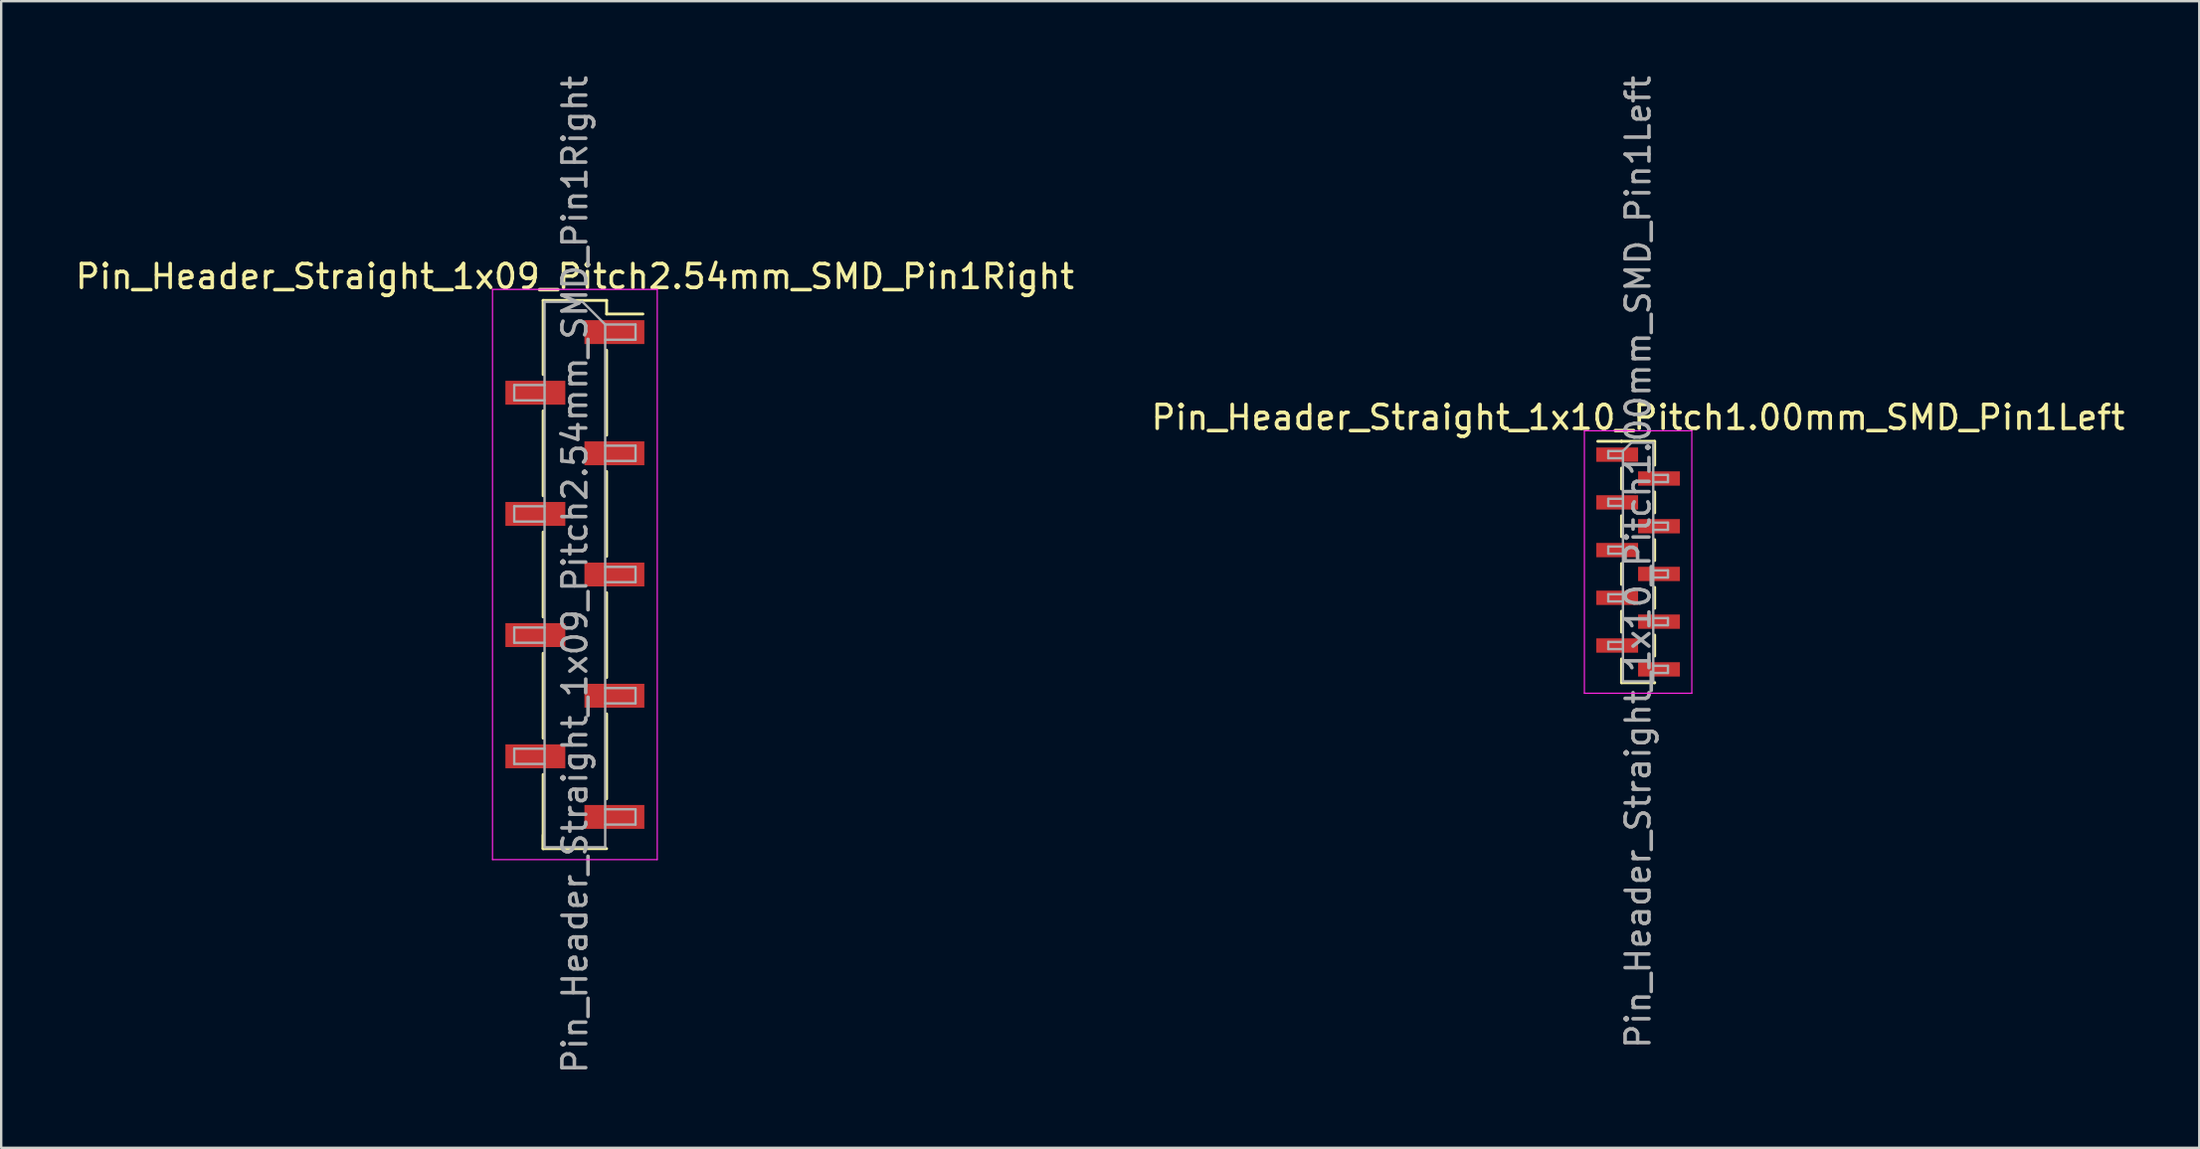
<source format=kicad_pcb>
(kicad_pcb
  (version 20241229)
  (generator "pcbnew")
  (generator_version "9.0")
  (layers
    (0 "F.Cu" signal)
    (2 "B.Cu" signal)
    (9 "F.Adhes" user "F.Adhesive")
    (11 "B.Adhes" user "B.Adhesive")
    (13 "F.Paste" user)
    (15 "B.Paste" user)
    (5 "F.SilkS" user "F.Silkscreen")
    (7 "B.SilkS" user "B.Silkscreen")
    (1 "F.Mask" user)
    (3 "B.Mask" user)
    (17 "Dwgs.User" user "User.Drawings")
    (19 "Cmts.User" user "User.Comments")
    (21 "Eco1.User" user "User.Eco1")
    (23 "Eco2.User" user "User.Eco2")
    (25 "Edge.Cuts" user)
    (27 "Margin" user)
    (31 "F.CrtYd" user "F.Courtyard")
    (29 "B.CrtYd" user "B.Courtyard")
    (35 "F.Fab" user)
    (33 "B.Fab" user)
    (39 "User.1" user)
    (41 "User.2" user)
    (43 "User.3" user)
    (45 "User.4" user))
  (footprint "Pin_Header_Straight_1x10_Pitch1.00mm_SMD_Pin1Left"
    (layer "F.Cu")
    (at 65.565 20.506)
    (property "Reference" "Pin_Header_Straight_1x10_Pitch1.00mm_SMD_Pin1Left" (at 0 -6.06 0) (layer "F.SilkS") (effects (font (size 1 1) (thickness 0.15))))
    (attr smd)
    (fp_line (start -0.695 -5.06) (end -1.69 -5.06) (stroke (width 0.12) (type solid)) (layer "F.SilkS"))
    (fp_line (start -0.695 -5.06) (end -0.695 -5.06) (stroke (width 0.12) (type solid)) (layer "F.SilkS"))
    (fp_line (start -0.695 -5.06) (end 0.695 -5.06) (stroke (width 0.12) (type solid)) (layer "F.SilkS"))
    (fp_line (start -0.695 -3.94) (end -0.695 -3.06) (stroke (width 0.12) (type solid)) (layer "F.SilkS"))
    (fp_line (start -0.695 -1.94) (end -0.695 -1.06) (stroke (width 0.12) (type solid)) (layer "F.SilkS"))
    (fp_line (start -0.695 0.06) (end -0.695 0.94) (stroke (width 0.12) (type solid)) (layer "F.SilkS"))
    (fp_line (start -0.695 2.06) (end -0.695 2.94) (stroke (width 0.12) (type solid)) (layer "F.SilkS"))
    (fp_line (start -0.695 4.06) (end -0.695 5.06) (stroke (width 0.12) (type solid)) (layer "F.SilkS"))
    (fp_line (start -0.695 5.06) (end 0.695 5.06) (stroke (width 0.12) (type solid)) (layer "F.SilkS"))
    (fp_line (start 0.695 -5.06) (end 0.695 -4.06) (stroke (width 0.12) (type solid)) (layer "F.SilkS"))
    (fp_line (start 0.695 -2.94) (end 0.695 -2.06) (stroke (width 0.12) (type solid)) (layer "F.SilkS"))
    (fp_line (start 0.695 -0.94) (end 0.695 -0.06) (stroke (width 0.12) (type solid)) (layer "F.SilkS"))
    (fp_line (start 0.695 1.06) (end 0.695 1.94) (stroke (width 0.12) (type solid)) (layer "F.SilkS"))
    (fp_line (start 0.695 3.06) (end 0.695 3.94) (stroke (width 0.12) (type solid)) (layer "F.SilkS"))
    (fp_line (start 0.695 5.06) (end 0.695 5.06) (stroke (width 0.12) (type solid)) (layer "F.SilkS"))
    (fp_line (start -2.25 -5.5) (end -2.25 5.5) (stroke (width 0.05) (type solid)) (layer "F.CrtYd"))
    (fp_line (start -2.25 5.5) (end 2.25 5.5) (stroke (width 0.05) (type solid)) (layer "F.CrtYd"))
    (fp_line (start 2.25 -5.5) (end -2.25 -5.5) (stroke (width 0.05) (type solid)) (layer "F.CrtYd"))
    (fp_line (start 2.25 5.5) (end 2.25 -5.5) (stroke (width 0.05) (type solid)) (layer "F.CrtYd"))
    (fp_line (start -1.25 -4.65) (end -1.25 -4.35) (stroke (width 0.1) (type solid)) (layer "F.Fab"))
    (fp_line (start -1.25 -4.35) (end -0.635 -4.35) (stroke (width 0.1) (type solid)) (layer "F.Fab"))
    (fp_line (start -1.25 -2.65) (end -1.25 -2.35) (stroke (width 0.1) (type solid)) (layer "F.Fab"))
    (fp_line (start -1.25 -2.35) (end -0.635 -2.35) (stroke (width 0.1) (type solid)) (layer "F.Fab"))
    (fp_line (start -1.25 -0.65) (end -1.25 -0.35) (stroke (width 0.1) (type solid)) (layer "F.Fab"))
    (fp_line (start -1.25 -0.35) (end -0.635 -0.35) (stroke (width 0.1) (type solid)) (layer "F.Fab"))
    (fp_line (start -1.25 1.35) (end -1.25 1.65) (stroke (width 0.1) (type solid)) (layer "F.Fab"))
    (fp_line (start -1.25 1.65) (end -0.635 1.65) (stroke (width 0.1) (type solid)) (layer "F.Fab"))
    (fp_line (start -1.25 3.35) (end -1.25 3.65) (stroke (width 0.1) (type solid)) (layer "F.Fab"))
    (fp_line (start -1.25 3.65) (end -0.635 3.65) (stroke (width 0.1) (type solid)) (layer "F.Fab"))
    (fp_line (start -0.635 -4.65) (end -1.25 -4.65) (stroke (width 0.1) (type solid)) (layer "F.Fab"))
    (fp_line (start -0.635 -4.65) (end -0.285 -5) (stroke (width 0.1) (type solid)) (layer "F.Fab"))
    (fp_line (start -0.635 -2.65) (end -1.25 -2.65) (stroke (width 0.1) (type solid)) (layer "F.Fab"))
    (fp_line (start -0.635 -0.65) (end -1.25 -0.65) (stroke (width 0.1) (type solid)) (layer "F.Fab"))
    (fp_line (start -0.635 1.35) (end -1.25 1.35) (stroke (width 0.1) (type solid)) (layer "F.Fab"))
    (fp_line (start -0.635 3.35) (end -1.25 3.35) (stroke (width 0.1) (type solid)) (layer "F.Fab"))
    (fp_line (start -0.635 5) (end -0.635 -4.65) (stroke (width 0.1) (type solid)) (layer "F.Fab"))
    (fp_line (start -0.285 -5) (end 0.635 -5) (stroke (width 0.1) (type solid)) (layer "F.Fab"))
    (fp_line (start 0.635 -5) (end 0.635 5) (stroke (width 0.1) (type solid)) (layer "F.Fab"))
    (fp_line (start 0.635 -3.65) (end 1.25 -3.65) (stroke (width 0.1) (type solid)) (layer "F.Fab"))
    (fp_line (start 0.635 -1.65) (end 1.25 -1.65) (stroke (width 0.1) (type solid)) (layer "F.Fab"))
    (fp_line (start 0.635 0.35) (end 1.25 0.35) (stroke (width 0.1) (type solid)) (layer "F.Fab"))
    (fp_line (start 0.635 2.35) (end 1.25 2.35) (stroke (width 0.1) (type solid)) (layer "F.Fab"))
    (fp_line (start 0.635 4.35) (end 1.25 4.35) (stroke (width 0.1) (type solid)) (layer "F.Fab"))
    (fp_line (start 0.635 5) (end -0.635 5) (stroke (width 0.1) (type solid)) (layer "F.Fab"))
    (fp_line (start 1.25 -3.65) (end 1.25 -3.35) (stroke (width 0.1) (type solid)) (layer "F.Fab"))
    (fp_line (start 1.25 -3.35) (end 0.635 -3.35) (stroke (width 0.1) (type solid)) (layer "F.Fab"))
    (fp_line (start 1.25 -1.65) (end 1.25 -1.35) (stroke (width 0.1) (type solid)) (layer "F.Fab"))
    (fp_line (start 1.25 -1.35) (end 0.635 -1.35) (stroke (width 0.1) (type solid)) (layer "F.Fab"))
    (fp_line (start 1.25 0.35) (end 1.25 0.65) (stroke (width 0.1) (type solid)) (layer "F.Fab"))
    (fp_line (start 1.25 0.65) (end 0.635 0.65) (stroke (width 0.1) (type solid)) (layer "F.Fab"))
    (fp_line (start 1.25 2.35) (end 1.25 2.65) (stroke (width 0.1) (type solid)) (layer "F.Fab"))
    (fp_line (start 1.25 2.65) (end 0.635 2.65) (stroke (width 0.1) (type solid)) (layer "F.Fab"))
    (fp_line (start 1.25 4.35) (end 1.25 4.65) (stroke (width 0.1) (type solid)) (layer "F.Fab"))
    (fp_line (start 1.25 4.65) (end 0.635 4.65) (stroke (width 0.1) (type solid)) (layer "F.Fab"))
    (fp_text user "${REFERENCE}" (at 0 0 90) (layer "F.Fab") (effects (font (size 1 1) (thickness 0.15))))
    (pad "1" smd rect (at -0.875 -4.5) (size 1.75 0.6) (layers "F.Cu" "F.Mask" "F.Paste"))
    (pad "2" smd rect (at 0.875 -3.5) (size 1.75 0.6) (layers "F.Cu" "F.Mask" "F.Paste"))
    (pad "3" smd rect (at -0.875 -2.5) (size 1.75 0.6) (layers "F.Cu" "F.Mask" "F.Paste"))
    (pad "4" smd rect (at 0.875 -1.5) (size 1.75 0.6) (layers "F.Cu" "F.Mask" "F.Paste"))
    (pad "5" smd rect (at -0.875 -0.5) (size 1.75 0.6) (layers "F.Cu" "F.Mask" "F.Paste"))
    (pad "6" smd rect (at 0.875 0.5) (size 1.75 0.6) (layers "F.Cu" "F.Mask" "F.Paste"))
    (pad "7" smd rect (at -0.875 1.5) (size 1.75 0.6) (layers "F.Cu" "F.Mask" "F.Paste"))
    (pad "8" smd rect (at 0.875 2.5) (size 1.75 0.6) (layers "F.Cu" "F.Mask" "F.Paste"))
    (pad "9" smd rect (at -0.875 3.5) (size 1.75 0.6) (layers "F.Cu" "F.Mask" "F.Paste"))
    (pad "10" smd rect (at 0.875 4.5) (size 1.75 0.6) (layers "F.Cu" "F.Mask" "F.Paste")))
  (footprint "Pin_Header_Straight_1x09_Pitch2.54mm_SMD_Pin1Right"
    (layer "F.Cu")
    (at 21.03 21.03)
    (property "Reference" "Pin_Header_Straight_1x09_Pitch2.54mm_SMD_Pin1Right" (at 0 -12.49 0) (layer "F.SilkS") (effects (font (size 1 1) (thickness 0.15))))
    (attr smd)
    (fp_line (start -1.33 -11.49) (end -1.33 -8.38) (stroke (width 0.12) (type solid)) (layer "F.SilkS"))
    (fp_line (start -1.33 -11.49) (end 1.33 -11.49) (stroke (width 0.12) (type solid)) (layer "F.SilkS"))
    (fp_line (start -1.33 -6.86) (end -1.33 -3.3) (stroke (width 0.12) (type solid)) (layer "F.SilkS"))
    (fp_line (start -1.33 -1.78) (end -1.33 1.78) (stroke (width 0.12) (type solid)) (layer "F.SilkS"))
    (fp_line (start -1.33 3.3) (end -1.33 6.86) (stroke (width 0.12) (type solid)) (layer "F.SilkS"))
    (fp_line (start -1.33 8.38) (end -1.33 11.49) (stroke (width 0.12) (type solid)) (layer "F.SilkS"))
    (fp_line (start -1.33 10.92) (end -1.33 11.49) (stroke (width 0.12) (type solid)) (layer "F.SilkS"))
    (fp_line (start -1.33 11.49) (end 1.33 11.49) (stroke (width 0.12) (type solid)) (layer "F.SilkS"))
    (fp_line (start 1.33 -11.49) (end 1.33 -10.92) (stroke (width 0.12) (type solid)) (layer "F.SilkS"))
    (fp_line (start 1.33 -10.92) (end 2.85 -10.92) (stroke (width 0.12) (type solid)) (layer "F.SilkS"))
    (fp_line (start 1.33 -9.4) (end 1.33 -5.84) (stroke (width 0.12) (type solid)) (layer "F.SilkS"))
    (fp_line (start 1.33 -4.32) (end 1.33 -0.76) (stroke (width 0.12) (type solid)) (layer "F.SilkS"))
    (fp_line (start 1.33 0.76) (end 1.33 4.32) (stroke (width 0.12) (type solid)) (layer "F.SilkS"))
    (fp_line (start 1.33 5.84) (end 1.33 9.4) (stroke (width 0.12) (type solid)) (layer "F.SilkS"))
    (fp_line (start -3.45 -11.95) (end -3.45 11.95) (stroke (width 0.05) (type solid)) (layer "F.CrtYd"))
    (fp_line (start -3.45 11.95) (end 3.45 11.95) (stroke (width 0.05) (type solid)) (layer "F.CrtYd"))
    (fp_line (start 3.45 -11.95) (end -3.45 -11.95) (stroke (width 0.05) (type solid)) (layer "F.CrtYd"))
    (fp_line (start 3.45 11.95) (end 3.45 -11.95) (stroke (width 0.05) (type solid)) (layer "F.CrtYd"))
    (fp_line (start -2.54 -7.94) (end -2.54 -7.3) (stroke (width 0.1) (type solid)) (layer "F.Fab"))
    (fp_line (start -2.54 -7.3) (end -1.27 -7.3) (stroke (width 0.1) (type solid)) (layer "F.Fab"))
    (fp_line (start -2.54 -2.86) (end -2.54 -2.22) (stroke (width 0.1) (type solid)) (layer "F.Fab"))
    (fp_line (start -2.54 -2.22) (end -1.27 -2.22) (stroke (width 0.1) (type solid)) (layer "F.Fab"))
    (fp_line (start -2.54 2.22) (end -2.54 2.86) (stroke (width 0.1) (type solid)) (layer "F.Fab"))
    (fp_line (start -2.54 2.86) (end -1.27 2.86) (stroke (width 0.1) (type solid)) (layer "F.Fab"))
    (fp_line (start -2.54 7.3) (end -2.54 7.94) (stroke (width 0.1) (type solid)) (layer "F.Fab"))
    (fp_line (start -2.54 7.94) (end -1.27 7.94) (stroke (width 0.1) (type solid)) (layer "F.Fab"))
    (fp_line (start -1.27 -11.43) (end -1.27 11.43) (stroke (width 0.1) (type solid)) (layer "F.Fab"))
    (fp_line (start -1.27 -11.43) (end 0.32 -11.43) (stroke (width 0.1) (type solid)) (layer "F.Fab"))
    (fp_line (start -1.27 -7.94) (end -2.54 -7.94) (stroke (width 0.1) (type solid)) (layer "F.Fab"))
    (fp_line (start -1.27 -2.86) (end -2.54 -2.86) (stroke (width 0.1) (type solid)) (layer "F.Fab"))
    (fp_line (start -1.27 2.22) (end -2.54 2.22) (stroke (width 0.1) (type solid)) (layer "F.Fab"))
    (fp_line (start -1.27 7.3) (end -2.54 7.3) (stroke (width 0.1) (type solid)) (layer "F.Fab"))
    (fp_line (start 1.27 -10.48) (end 0.32 -11.43) (stroke (width 0.1) (type solid)) (layer "F.Fab"))
    (fp_line (start 1.27 -10.48) (end 2.54 -10.48) (stroke (width 0.1) (type solid)) (layer "F.Fab"))
    (fp_line (start 1.27 -5.4) (end 2.54 -5.4) (stroke (width 0.1) (type solid)) (layer "F.Fab"))
    (fp_line (start 1.27 -0.32) (end 2.54 -0.32) (stroke (width 0.1) (type solid)) (layer "F.Fab"))
    (fp_line (start 1.27 4.76) (end 2.54 4.76) (stroke (width 0.1) (type solid)) (layer "F.Fab"))
    (fp_line (start 1.27 9.84) (end 2.54 9.84) (stroke (width 0.1) (type solid)) (layer "F.Fab"))
    (fp_line (start 1.27 11.43) (end -1.27 11.43) (stroke (width 0.1) (type solid)) (layer "F.Fab"))
    (fp_line (start 1.27 11.43) (end 1.27 -10.48) (stroke (width 0.1) (type solid)) (layer "F.Fab"))
    (fp_line (start 2.54 -10.48) (end 2.54 -9.84) (stroke (width 0.1) (type solid)) (layer "F.Fab"))
    (fp_line (start 2.54 -9.84) (end 1.27 -9.84) (stroke (width 0.1) (type solid)) (layer "F.Fab"))
    (fp_line (start 2.54 -5.4) (end 2.54 -4.76) (stroke (width 0.1) (type solid)) (layer "F.Fab"))
    (fp_line (start 2.54 -4.76) (end 1.27 -4.76) (stroke (width 0.1) (type solid)) (layer "F.Fab"))
    (fp_line (start 2.54 -0.32) (end 2.54 0.32) (stroke (width 0.1) (type solid)) (layer "F.Fab"))
    (fp_line (start 2.54 0.32) (end 1.27 0.32) (stroke (width 0.1) (type solid)) (layer "F.Fab"))
    (fp_line (start 2.54 4.76) (end 2.54 5.4) (stroke (width 0.1) (type solid)) (layer "F.Fab"))
    (fp_line (start 2.54 5.4) (end 1.27 5.4) (stroke (width 0.1) (type solid)) (layer "F.Fab"))
    (fp_line (start 2.54 9.84) (end 2.54 10.48) (stroke (width 0.1) (type solid)) (layer "F.Fab"))
    (fp_line (start 2.54 10.48) (end 1.27 10.48) (stroke (width 0.1) (type solid)) (layer "F.Fab"))
    (fp_text user "${REFERENCE}" (at 0 0 90) (layer "F.Fab") (effects (font (size 1 1) (thickness 0.15))))
    (pad "1" smd rect (at 1.655 -10.16) (size 2.51 1) (layers "F.Cu" "F.Mask" "F.Paste"))
    (pad "2" smd rect (at -1.655 -7.62) (size 2.51 1) (layers "F.Cu" "F.Mask" "F.Paste"))
    (pad "3" smd rect (at 1.655 -5.08) (size 2.51 1) (layers "F.Cu" "F.Mask" "F.Paste"))
    (pad "4" smd rect (at -1.655 -2.54) (size 2.51 1) (layers "F.Cu" "F.Mask" "F.Paste"))
    (pad "5" smd rect (at 1.655 0) (size 2.51 1) (layers "F.Cu" "F.Mask" "F.Paste"))
    (pad "6" smd rect (at -1.655 2.54) (size 2.51 1) (layers "F.Cu" "F.Mask" "F.Paste"))
    (pad "7" smd rect (at 1.655 5.08) (size 2.51 1) (layers "F.Cu" "F.Mask" "F.Paste"))
    (pad "8" smd rect (at -1.655 7.62) (size 2.51 1) (layers "F.Cu" "F.Mask" "F.Paste"))
    (pad "9" smd rect (at 1.655 10.16) (size 2.51 1) (layers "F.Cu" "F.Mask" "F.Paste")))
  (gr_rect
    (start -3 -3)
    (end 89.071 45.06)
    (stroke (width 0.1) (type default))
    (fill no)
    (layer "Edge.Cuts")))
</source>
